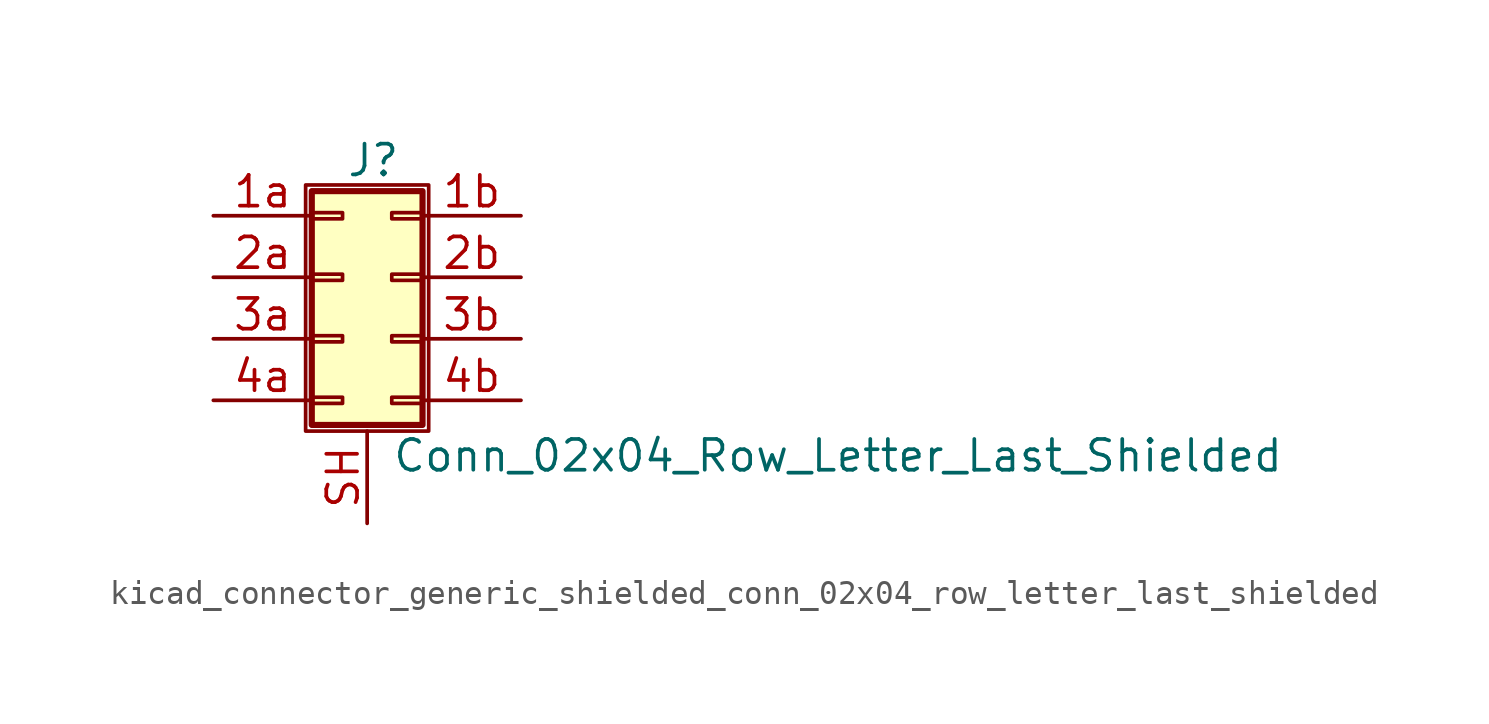
<source format=kicad_sym>
(kicad_symbol_lib
  (version 20220914)
  (generator kicad_symbol_editor)
  (symbol "kicad_connector_generic_shielded_conn_02x04_row_letter_last_shielded"
    (pin_names
      (offset 1.016) hide)
    (property "Reference" "J"
      (at 1.524 4.826 0)
      (effects (font (size 1.27 1.27))))
    (property "Value" "Conn_02x04_Row_Letter_Last_Shielded"
      (at 2.286 -7.366 0)
      (effects (font (size 1.27 1.27)) (justify left)))
    (symbol "kicad_connector_generic_shielded_conn_02x04_row_letter_last_shielded_1_1"
      (rectangle (start -1.27 3.81) (end 3.81 -6.35) (stroke (width 0.152) (type default)) (fill (type none)))
      (rectangle (start -1.016 -4.953) (end 0.254 -5.207) (stroke (width 0.152) (type default)) (fill (type none)))
      (rectangle (start -1.016 -2.413) (end 0.254 -2.667) (stroke (width 0.152) (type default)) (fill (type none)))
      (rectangle (start -1.016 0.127) (end 0.254 -0.127) (stroke (width 0.152) (type default)) (fill (type none)))
      (rectangle (start -1.016 2.667) (end 0.254 2.413) (stroke (width 0.152) (type default)) (fill (type none)))
      (rectangle (start -1.016 3.556) (end 3.556 -6.096) (stroke (width 0.254) (type default)) (fill (type background)))
      (rectangle (start 3.556 -4.953) (end 2.286 -5.207) (stroke (width 0.152) (type default)) (fill (type none)))
      (rectangle (start 3.556 -2.413) (end 2.286 -2.667) (stroke (width 0.152) (type default)) (fill (type none)))
      (rectangle (start 3.556 0.127) (end 2.286 -0.127) (stroke (width 0.152) (type default)) (fill (type none)))
      (rectangle (start 3.556 2.667) (end 2.286 2.413) (stroke (width 0.152) (type default)) (fill (type none)))
      (pin passive line (at -5.08 2.54 0) (length 4.064) (name "Pin_1a" (effects (font (size 1.27 1.27)))) (number "1a" (effects (font (size 1.27 1.27)))))
      (pin passive line (at 7.62 2.54 180) (length 4.064) (name "Pin_1b" (effects (font (size 1.27 1.27)))) (number "1b" (effects (font (size 1.27 1.27)))))
      (pin passive line (at -5.08 0 0) (length 4.064) (name "Pin_2a" (effects (font (size 1.27 1.27)))) (number "2a" (effects (font (size 1.27 1.27)))))
      (pin passive line (at 7.62 0 180) (length 4.064) (name "Pin_2b" (effects (font (size 1.27 1.27)))) (number "2b" (effects (font (size 1.27 1.27)))))
      (pin passive line (at -5.08 -2.54 0) (length 4.064) (name "Pin_3a" (effects (font (size 1.27 1.27)))) (number "3a" (effects (font (size 1.27 1.27)))))
      (pin passive line (at 7.62 -2.54 180) (length 4.064) (name "Pin_3b" (effects (font (size 1.27 1.27)))) (number "3b" (effects (font (size 1.27 1.27)))))
      (pin passive line (at -5.08 -5.08 0) (length 4.064) (name "Pin_4a" (effects (font (size 1.27 1.27)))) (number "4a" (effects (font (size 1.27 1.27)))))
      (pin passive line (at 7.62 -5.08 180) (length 4.064) (name "Pin_4b" (effects (font (size 1.27 1.27)))) (number "4b" (effects (font (size 1.27 1.27)))))
      (pin passive line (at 1.27 -10.16 90) (length 3.81) (name "Shield" (effects (font (size 1.27 1.27)))) (number "SH" (effects (font (size 1.27 1.27))))))))
</source>
